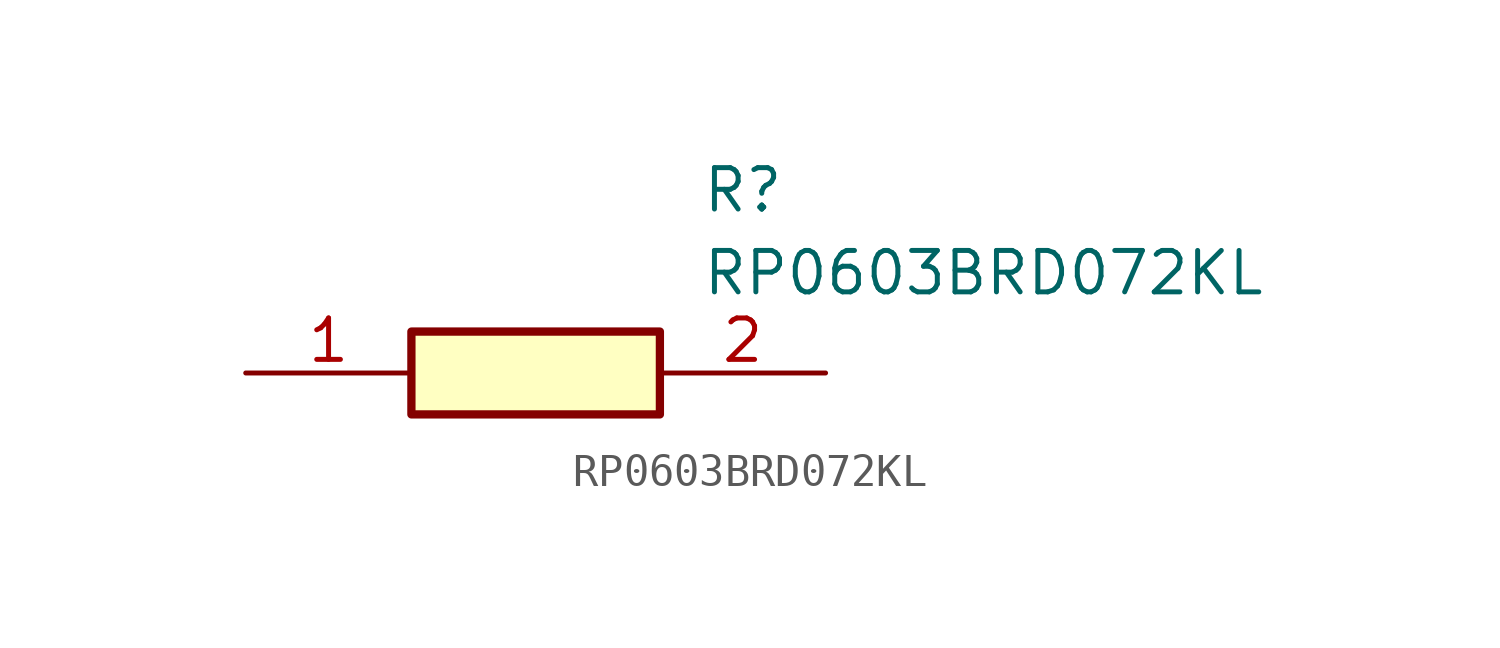
<source format=kicad_sym>
(kicad_symbol_lib
  (version 20211014)
  (generator SamacSys_ECAD_Model)
  (symbol "RP0603BRD072KL"
    (pin_names hide)
    (property "Reference" "R"
      (at 13.97 6.35 0)
      (effects (font (size 1.27 1.27)) (justify left top)))
    (property "Value" "RP0603BRD072KL"
      (at 13.97 3.81 0)
      (effects (font (size 1.27 1.27)) (justify left top)))
    (rectangle
      (start 5.08 1.27)
      (end 12.7 -1.27)
      (stroke (width 0.254) (type default))
      (fill (type background)))
    (pin passive line
      (at 0 0 0)
      (length 5.08)
      (name "1" (effects (font (size 1.27 1.27))))
      (number "1" (effects (font (size 1.27 1.27)))))
    (pin passive line
      (at 17.78 0 180)
      (length 5.08)
      (name "2" (effects (font (size 1.27 1.27))))
      (number "2" (effects (font (size 1.27 1.27)))))))
</source>
